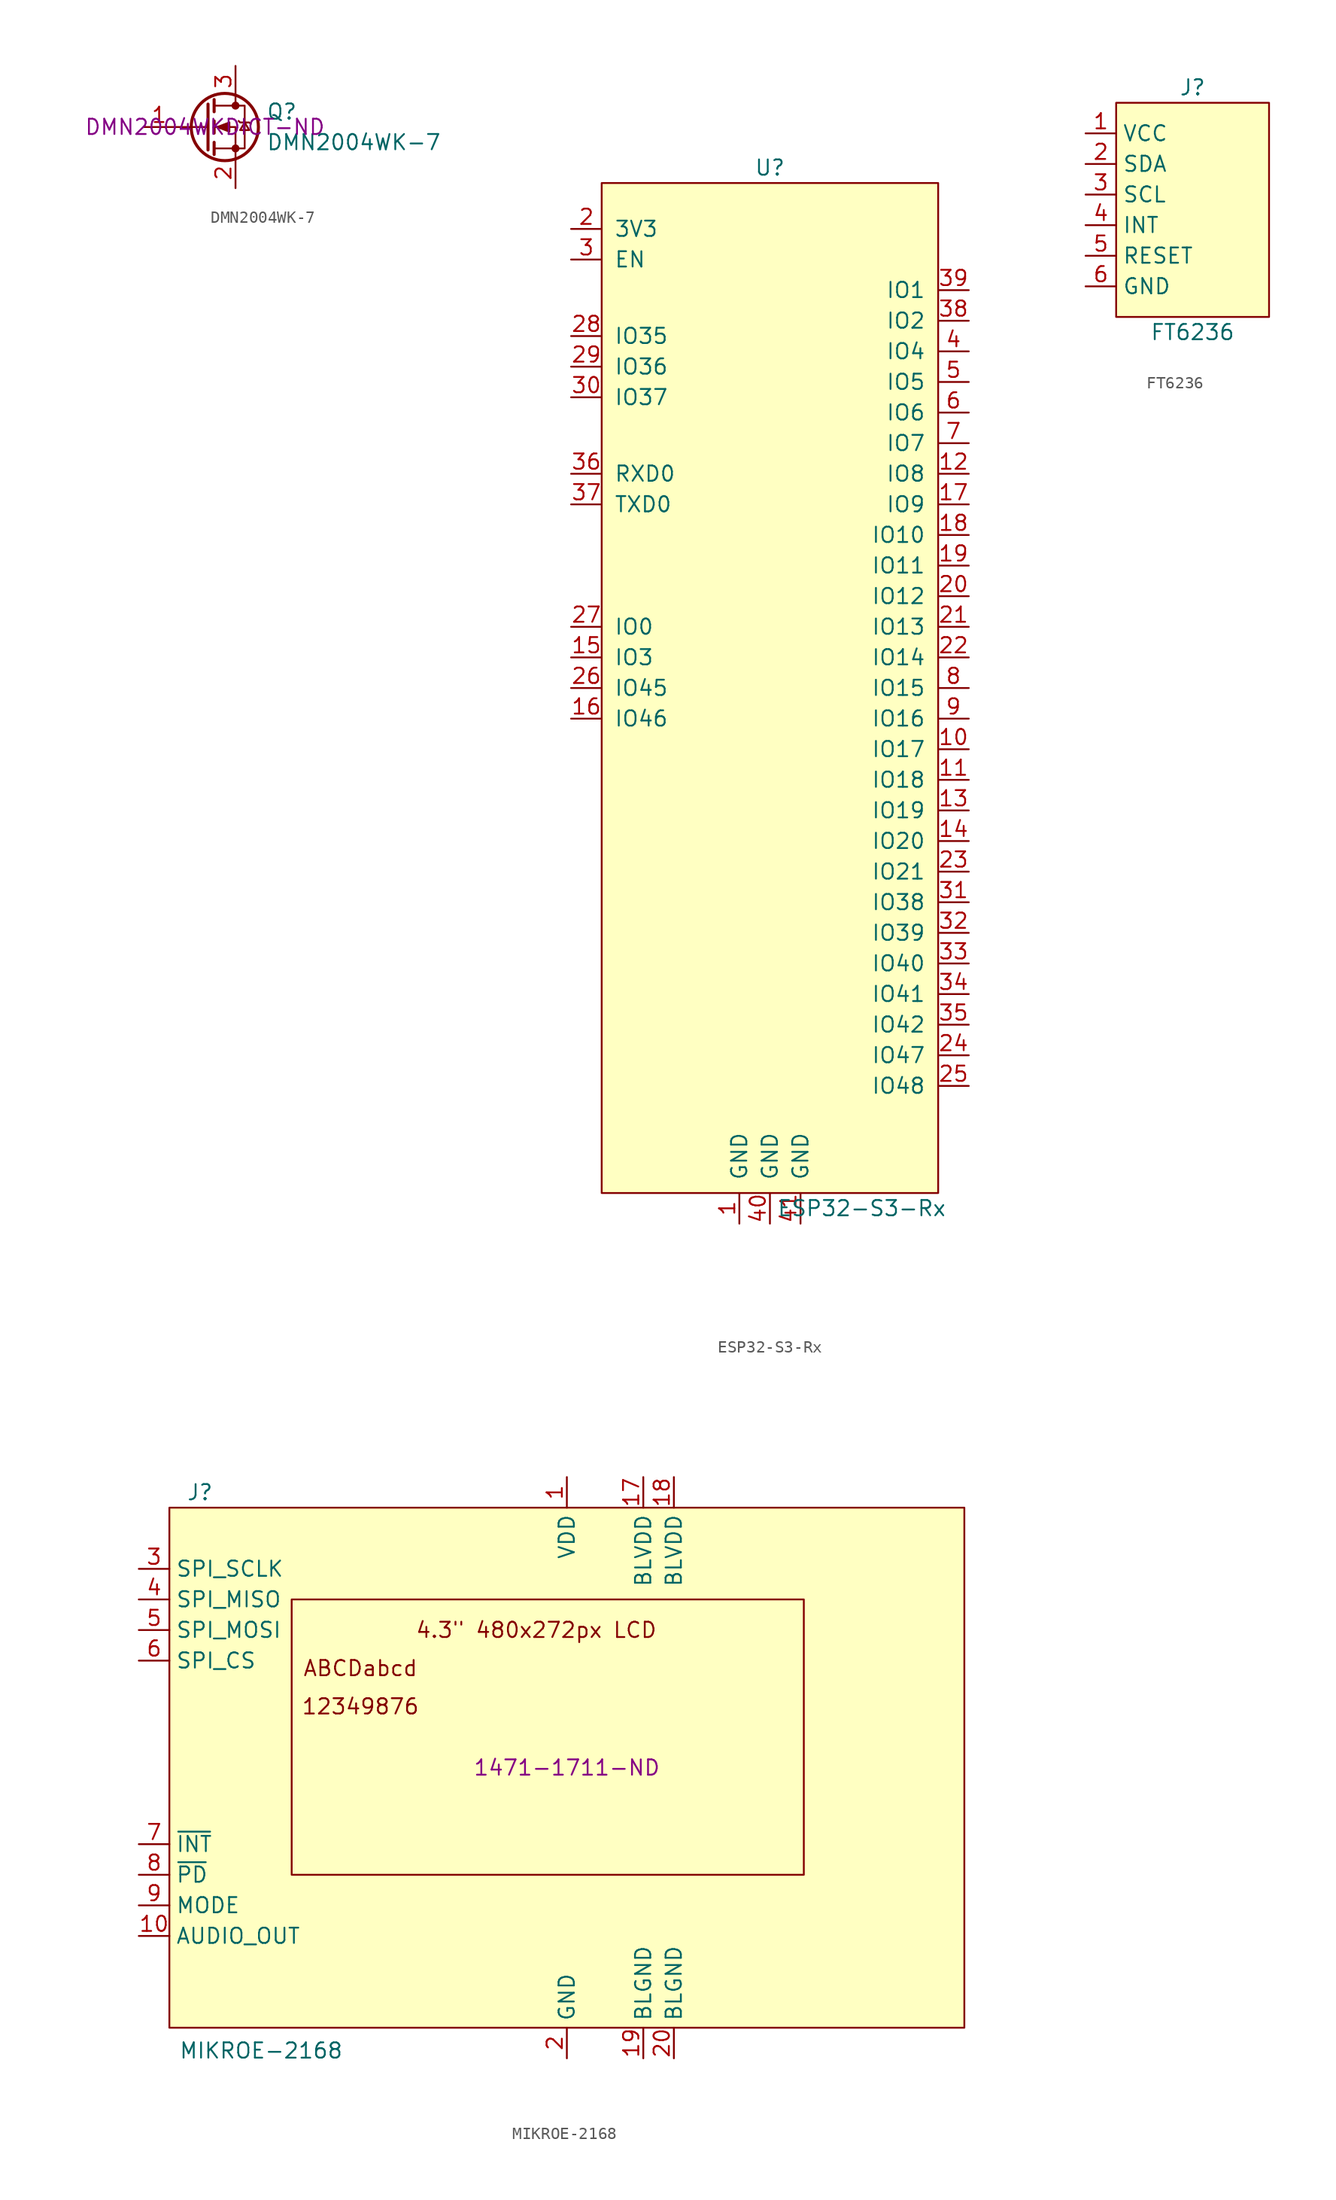
<source format=kicad_sym>
(kicad_symbol_lib
  (version 20211014)
  (generator kicad_symbol_editor)
  (symbol "DMN2004WK-7"
    (pin_names
      (offset 0) hide)
    (property "Reference" "Q"
      (at 5.08 1.27 0)
      (effects (font (size 1.27 1.27)) (justify left)))
    (property "Value" "DMN2004WK-7"
      (at 5.08 -1.27 0)
      (effects (font (size 1.27 1.27)) (justify left)))
    (property "Digikey" "DMN2004WKDICT-ND"
      (at 0 0 0)
      (effects (font (size 1.27 1.27))))
    (symbol "DMN2004WK-7_0_1"
      (polyline (pts (xy 0.254 0) (xy -2.54 0)) (stroke (width 0) (type default) (color 0 0 0 0)) (fill (type none)))
      (polyline (pts (xy 0.254 1.905) (xy 0.254 -1.905)) (stroke (width 0.254) (type default) (color 0 0 0 0)) (fill (type none)))
      (polyline (pts (xy 0.762 -1.27) (xy 0.762 -2.286)) (stroke (width 0.254) (type default) (color 0 0 0 0)) (fill (type none)))
      (polyline (pts (xy 0.762 0.508) (xy 0.762 -0.508)) (stroke (width 0.254) (type default) (color 0 0 0 0)) (fill (type none)))
      (polyline (pts (xy 0.762 2.286) (xy 0.762 1.27)) (stroke (width 0.254) (type default) (color 0 0 0 0)) (fill (type none)))
      (polyline (pts (xy 2.54 2.54) (xy 2.54 1.778)) (stroke (width 0) (type default) (color 0 0 0 0)) (fill (type none)))
      (polyline (pts (xy 2.54 -2.54) (xy 2.54 0) (xy 0.762 0)) (stroke (width 0) (type default) (color 0 0 0 0)) (fill (type none)))
      (polyline (pts (xy 0.762 -1.778) (xy 3.302 -1.778) (xy 3.302 1.778) (xy 0.762 1.778)) (stroke (width 0) (type default) (color 0 0 0 0)) (fill (type none)))
      (polyline (pts (xy 1.016 0) (xy 2.032 0.381) (xy 2.032 -0.381) (xy 1.016 0)) (stroke (width 0) (type default) (color 0 0 0 0)) (fill (type outline)))
      (polyline (pts (xy 2.794 0.508) (xy 2.921 0.381) (xy 3.683 0.381) (xy 3.81 0.254)) (stroke (width 0) (type default) (color 0 0 0 0)) (fill (type none)))
      (polyline (pts (xy 3.302 0.381) (xy 2.921 -0.254) (xy 3.683 -0.254) (xy 3.302 0.381)) (stroke (width 0) (type default) (color 0 0 0 0)) (fill (type none)))
      (circle (center 1.651 0) (radius 2.794) (stroke (width 0.254) (type default) (color 0 0 0 0)) (fill (type none)))
      (circle (center 2.54 -1.778) (radius 0.254) (stroke (width 0) (type default) (color 0 0 0 0)) (fill (type outline)))
      (circle (center 2.54 1.778) (radius 0.254) (stroke (width 0) (type default) (color 0 0 0 0)) (fill (type outline))))
    (symbol "DMN2004WK-7_1_1"
      (pin input line (at -5.08 0 0) (length 2.54) (name "G" (effects (font (size 1.27 1.27)))) (number "1" (effects (font (size 1.27 1.27)))))
      (pin passive line (at 2.54 -5.08 90) (length 2.54) (name "S" (effects (font (size 1.27 1.27)))) (number "2" (effects (font (size 1.27 1.27)))))
      (pin passive line (at 2.54 5.08 270) (length 2.54) (name "D" (effects (font (size 1.27 1.27)))) (number "3" (effects (font (size 1.27 1.27)))))))
  (symbol "ESP32-S3-Rx"
    (pin_names
      (offset 1.016))
    (property "Reference" "U"
      (at 0 43.18 0)
      (effects (font (size 1.27 1.27))))
    (property "Value" "ESP32-S3-Rx"
      (at 7.62 -43.18 0)
      (effects (font (size 1.27 1.27))))
    (symbol "ESP32-S3-Rx_0_1"
      (rectangle (start -13.97 41.91) (end 13.97 -41.91) (stroke (width 0) (type default) (color 0 0 0 0)) (fill (type background))))
    (symbol "ESP32-S3-Rx_1_1"
      (pin power_in line (at -2.54 -44.45 90) (length 2.54) (name "GND" (effects (font (size 1.27 1.27)))) (number "1" (effects (font (size 1.27 1.27)))))
      (pin bidirectional line (at 16.51 -5.08 180) (length 2.54) (name "IO17" (effects (font (size 1.27 1.27)))) (number "10" (effects (font (size 1.27 1.27)))))
      (pin bidirectional line (at 16.51 -7.62 180) (length 2.54) (name "IO18" (effects (font (size 1.27 1.27)))) (number "11" (effects (font (size 1.27 1.27)))))
      (pin bidirectional line (at 16.51 17.78 180) (length 2.54) (name "IO8" (effects (font (size 1.27 1.27)))) (number "12" (effects (font (size 1.27 1.27)))))
      (pin bidirectional line (at 16.51 -10.16 180) (length 2.54) (name "IO19" (effects (font (size 1.27 1.27)))) (number "13" (effects (font (size 1.27 1.27)))))
      (pin bidirectional line (at 16.51 -12.7 180) (length 2.54) (name "IO20" (effects (font (size 1.27 1.27)))) (number "14" (effects (font (size 1.27 1.27)))))
      (pin bidirectional line (at -16.51 2.54 0) (length 2.54) (name "IO3" (effects (font (size 1.27 1.27)))) (number "15" (effects (font (size 1.27 1.27)))))
      (pin bidirectional line (at -16.51 -2.54 0) (length 2.54) (name "IO46" (effects (font (size 1.27 1.27)))) (number "16" (effects (font (size 1.27 1.27)))))
      (pin bidirectional line (at 16.51 15.24 180) (length 2.54) (name "IO9" (effects (font (size 1.27 1.27)))) (number "17" (effects (font (size 1.27 1.27)))))
      (pin bidirectional line (at 16.51 12.7 180) (length 2.54) (name "IO10" (effects (font (size 1.27 1.27)))) (number "18" (effects (font (size 1.27 1.27)))))
      (pin bidirectional line (at 16.51 10.16 180) (length 2.54) (name "IO11" (effects (font (size 1.27 1.27)))) (number "19" (effects (font (size 1.27 1.27)))))
      (pin power_in line (at -16.51 38.1 0) (length 2.54) (name "3V3" (effects (font (size 1.27 1.27)))) (number "2" (effects (font (size 1.27 1.27)))))
      (pin bidirectional line (at 16.51 7.62 180) (length 2.54) (name "IO12" (effects (font (size 1.27 1.27)))) (number "20" (effects (font (size 1.27 1.27)))))
      (pin bidirectional line (at 16.51 5.08 180) (length 2.54) (name "IO13" (effects (font (size 1.27 1.27)))) (number "21" (effects (font (size 1.27 1.27)))))
      (pin bidirectional line (at 16.51 2.54 180) (length 2.54) (name "IO14" (effects (font (size 1.27 1.27)))) (number "22" (effects (font (size 1.27 1.27)))))
      (pin bidirectional line (at 16.51 -15.24 180) (length 2.54) (name "IO21" (effects (font (size 1.27 1.27)))) (number "23" (effects (font (size 1.27 1.27)))))
      (pin bidirectional line (at 16.51 -30.48 180) (length 2.54) (name "IO47" (effects (font (size 1.27 1.27)))) (number "24" (effects (font (size 1.27 1.27)))))
      (pin bidirectional line (at 16.51 -33.02 180) (length 2.54) (name "IO48" (effects (font (size 1.27 1.27)))) (number "25" (effects (font (size 1.27 1.27)))))
      (pin bidirectional line (at -16.51 0 0) (length 2.54) (name "IO45" (effects (font (size 1.27 1.27)))) (number "26" (effects (font (size 1.27 1.27)))))
      (pin bidirectional line (at -16.51 5.08 0) (length 2.54) (name "IO0" (effects (font (size 1.27 1.27)))) (number "27" (effects (font (size 1.27 1.27)))))
      (pin bidirectional line (at -16.51 29.21 0) (length 2.54) (name "IO35" (effects (font (size 1.27 1.27)))) (number "28" (effects (font (size 1.27 1.27)))))
      (pin bidirectional line (at -16.51 26.67 0) (length 2.54) (name "IO36" (effects (font (size 1.27 1.27)))) (number "29" (effects (font (size 1.27 1.27)))))
      (pin input line (at -16.51 35.56 0) (length 2.54) (name "EN" (effects (font (size 1.27 1.27)))) (number "3" (effects (font (size 1.27 1.27)))))
      (pin bidirectional line (at -16.51 24.13 0) (length 2.54) (name "IO37" (effects (font (size 1.27 1.27)))) (number "30" (effects (font (size 1.27 1.27)))))
      (pin bidirectional line (at 16.51 -17.78 180) (length 2.54) (name "IO38" (effects (font (size 1.27 1.27)))) (number "31" (effects (font (size 1.27 1.27)))))
      (pin bidirectional line (at 16.51 -20.32 180) (length 2.54) (name "IO39" (effects (font (size 1.27 1.27)))) (number "32" (effects (font (size 1.27 1.27)))))
      (pin bidirectional line (at 16.51 -22.86 180) (length 2.54) (name "IO40" (effects (font (size 1.27 1.27)))) (number "33" (effects (font (size 1.27 1.27)))))
      (pin bidirectional line (at 16.51 -25.4 180) (length 2.54) (name "IO41" (effects (font (size 1.27 1.27)))) (number "34" (effects (font (size 1.27 1.27)))))
      (pin bidirectional line (at 16.51 -27.94 180) (length 2.54) (name "IO42" (effects (font (size 1.27 1.27)))) (number "35" (effects (font (size 1.27 1.27)))))
      (pin bidirectional line (at -16.51 17.78 0) (length 2.54) (name "RXD0" (effects (font (size 1.27 1.27)))) (number "36" (effects (font (size 1.27 1.27)))))
      (pin bidirectional line (at -16.51 15.24 0) (length 2.54) (name "TXD0" (effects (font (size 1.27 1.27)))) (number "37" (effects (font (size 1.27 1.27)))))
      (pin bidirectional line (at 16.51 30.48 180) (length 2.54) (name "IO2" (effects (font (size 1.27 1.27)))) (number "38" (effects (font (size 1.27 1.27)))))
      (pin bidirectional line (at 16.51 33.02 180) (length 2.54) (name "IO1" (effects (font (size 1.27 1.27)))) (number "39" (effects (font (size 1.27 1.27)))))
      (pin bidirectional line (at 16.51 27.94 180) (length 2.54) (name "IO4" (effects (font (size 1.27 1.27)))) (number "4" (effects (font (size 1.27 1.27)))))
      (pin power_in line (at 0 -44.45 90) (length 2.54) (name "GND" (effects (font (size 1.27 1.27)))) (number "40" (effects (font (size 1.27 1.27)))))
      (pin power_in line (at 2.54 -44.45 90) (length 2.54) (name "GND" (effects (font (size 1.27 1.27)))) (number "41" (effects (font (size 1.27 1.27)))))
      (pin bidirectional line (at 16.51 25.4 180) (length 2.54) (name "IO5" (effects (font (size 1.27 1.27)))) (number "5" (effects (font (size 1.27 1.27)))))
      (pin bidirectional line (at 16.51 22.86 180) (length 2.54) (name "IO6" (effects (font (size 1.27 1.27)))) (number "6" (effects (font (size 1.27 1.27)))))
      (pin bidirectional line (at 16.51 20.32 180) (length 2.54) (name "IO7" (effects (font (size 1.27 1.27)))) (number "7" (effects (font (size 1.27 1.27)))))
      (pin bidirectional line (at 16.51 0 180) (length 2.54) (name "IO15" (effects (font (size 1.27 1.27)))) (number "8" (effects (font (size 1.27 1.27)))))
      (pin bidirectional line (at 16.51 -2.54 180) (length 2.54) (name "IO16" (effects (font (size 1.27 1.27)))) (number "9" (effects (font (size 1.27 1.27)))))))
  (symbol "FT6236"
    (property "Reference" "J"
      (at 0 7.62 0)
      (effects (font (size 1.27 1.27))))
    (property "Value" "FT6236"
      (at 0 -12.7 0)
      (effects (font (size 1.27 1.27))))
    (symbol "FT6236_0_0"
      (rectangle (start -6.35 6.35) (end 6.35 -11.43) (stroke (width 0) (type default) (color 0 0 0 0)) (fill (type background))))
    (symbol "FT6236_1_1"
      (pin bidirectional line (at -8.89 3.81 0) (length 2.54) (name "VCC" (effects (font (size 1.27 1.27)))) (number "1" (effects (font (size 1.27 1.27)))))
      (pin bidirectional line (at -8.89 1.27 0) (length 2.54) (name "SDA" (effects (font (size 1.27 1.27)))) (number "2" (effects (font (size 1.27 1.27)))))
      (pin bidirectional line (at -8.89 -1.27 0) (length 2.54) (name "SCL" (effects (font (size 1.27 1.27)))) (number "3" (effects (font (size 1.27 1.27)))))
      (pin bidirectional line (at -8.89 -3.81 0) (length 2.54) (name "INT" (effects (font (size 1.27 1.27)))) (number "4" (effects (font (size 1.27 1.27)))))
      (pin bidirectional line (at -8.89 -6.35 0) (length 2.54) (name "RESET" (effects (font (size 1.27 1.27)))) (number "5" (effects (font (size 1.27 1.27)))))
      (pin power_in line (at -8.89 -8.89 0) (length 2.54) (name "GND" (effects (font (size 1.27 1.27)))) (number "6" (effects (font (size 1.27 1.27)))))))
  (symbol "MIKROE-2168"
    (property "Reference" "J"
      (at -30.48 22.86 0)
      (effects (font (size 1.27 1.27))))
    (property "Value" "MIKROE-2168"
      (at -25.4 -23.495 0)
      (effects (font (size 1.27 1.27))))
    (property "Digikey" "1471-1711-ND"
      (at 0 0 0)
      (effects (font (size 1.27 1.27))))
    (symbol "MIKROE-2168_0_0"
      (text "12349876" (at -17.145 5.08 0) (effects (font (size 1.27 1.27))))
      (text "4.3\" 480x272px LCD" (at -2.54 11.43 0) (effects (font (size 1.27 1.27))))
      (text "ABCDabcd" (at -17.145 8.255 0) (effects (font (size 1.27 1.27)))))
    (symbol "MIKROE-2168_0_1"
      (rectangle (start -33.02 21.59) (end 33.02 -21.59) (stroke (width 0) (type default) (color 0 0 0 0)) (fill (type background)))
      (rectangle (start -22.86 13.97) (end 19.685 -8.89) (stroke (width 0) (type default) (color 0 0 0 0)) (fill (type none))))
    (symbol "MIKROE-2168_1_1"
      (pin power_in line (at 0 24.13 270) (length 2.54) (name "VDD" (effects (font (size 1.27 1.27)))) (number "1" (effects (font (size 1.27 1.27)))))
      (pin output line (at -35.56 -13.97 0) (length 2.54) (name "AUDIO_OUT" (effects (font (size 1.27 1.27)))) (number "10" (effects (font (size 1.27 1.27)))))
      (pin no_connect line (at 35.56 -6.35 180) (length 2.54) hide (name "" (effects (font (size 1.27 1.27)))) (number "11" (effects (font (size 1.27 1.27)))))
      (pin no_connect line (at 35.56 -3.81 180) (length 2.54) hide (name "" (effects (font (size 1.27 1.27)))) (number "12" (effects (font (size 1.27 1.27)))))
      (pin no_connect line (at 35.56 -1.27 180) (length 2.54) hide (name "" (effects (font (size 1.27 1.27)))) (number "13" (effects (font (size 1.27 1.27)))))
      (pin no_connect line (at 35.56 1.27 180) (length 2.54) hide (name "" (effects (font (size 1.27 1.27)))) (number "14" (effects (font (size 1.27 1.27)))))
      (pin no_connect line (at 35.56 3.81 180) (length 2.54) hide (name "" (effects (font (size 1.27 1.27)))) (number "15" (effects (font (size 1.27 1.27)))))
      (pin no_connect line (at 35.56 6.35 180) (length 2.54) hide (name "" (effects (font (size 1.27 1.27)))) (number "16" (effects (font (size 1.27 1.27)))))
      (pin power_in line (at 6.35 24.13 270) (length 2.54) (name "BLVDD" (effects (font (size 1.27 1.27)))) (number "17" (effects (font (size 1.27 1.27)))))
      (pin power_in line (at 8.89 24.13 270) (length 2.54) (name "BLVDD" (effects (font (size 1.27 1.27)))) (number "18" (effects (font (size 1.27 1.27)))))
      (pin power_in line (at 6.35 -24.13 90) (length 2.54) (name "BLGND" (effects (font (size 1.27 1.27)))) (number "19" (effects (font (size 1.27 1.27)))))
      (pin power_in line (at 0 -24.13 90) (length 2.54) (name "GND" (effects (font (size 1.27 1.27)))) (number "2" (effects (font (size 1.27 1.27)))))
      (pin power_in line (at 8.89 -24.13 90) (length 2.54) (name "BLGND" (effects (font (size 1.27 1.27)))) (number "20" (effects (font (size 1.27 1.27)))))
      (pin input line (at -35.56 16.51 0) (length 2.54) (name "SPI_SCLK" (effects (font (size 1.27 1.27)))) (number "3" (effects (font (size 1.27 1.27)))))
      (pin bidirectional line (at -35.56 13.97 0) (length 2.54) (name "SPI_MISO" (effects (font (size 1.27 1.27)))) (number "4" (effects (font (size 1.27 1.27)))))
      (pin input line (at -35.56 11.43 0) (length 2.54) (name "SPI_MOSI" (effects (font (size 1.27 1.27)))) (number "5" (effects (font (size 1.27 1.27)))))
      (pin input line (at -35.56 8.89 0) (length 2.54) (name "SPI_CS" (effects (font (size 1.27 1.27)))) (number "6" (effects (font (size 1.27 1.27)))))
      (pin open_collector line (at -35.56 -6.35 0) (length 2.54) (name "~{INT}" (effects (font (size 1.27 1.27)))) (number "7" (effects (font (size 1.27 1.27)))))
      (pin open_collector line (at -35.56 -8.89 0) (length 2.54) (name "~{PD}" (effects (font (size 1.27 1.27)))) (number "8" (effects (font (size 1.27 1.27)))))
      (pin input line (at -35.56 -11.43 0) (length 2.54) (name "MODE" (effects (font (size 1.27 1.27)))) (number "9" (effects (font (size 1.27 1.27))))))))
</source>
